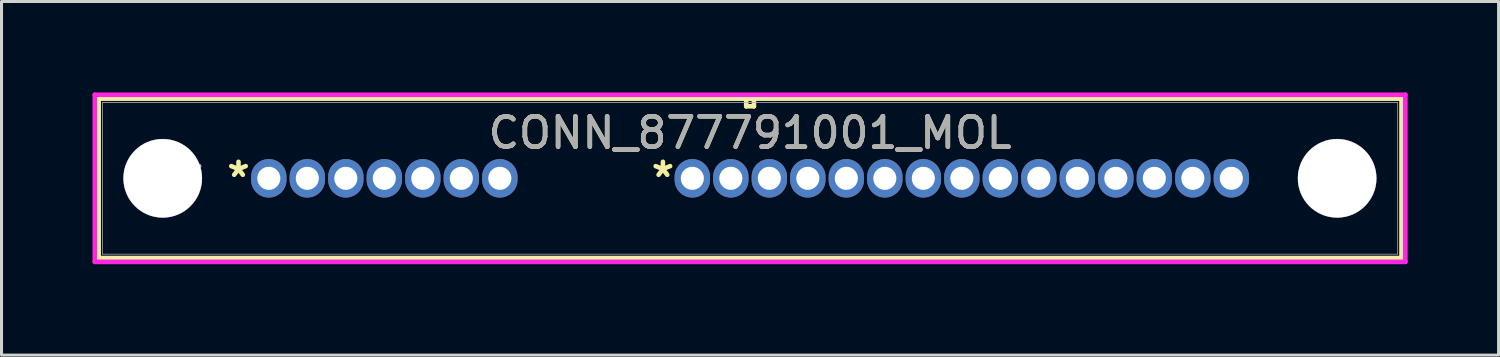
<source format=kicad_pcb>
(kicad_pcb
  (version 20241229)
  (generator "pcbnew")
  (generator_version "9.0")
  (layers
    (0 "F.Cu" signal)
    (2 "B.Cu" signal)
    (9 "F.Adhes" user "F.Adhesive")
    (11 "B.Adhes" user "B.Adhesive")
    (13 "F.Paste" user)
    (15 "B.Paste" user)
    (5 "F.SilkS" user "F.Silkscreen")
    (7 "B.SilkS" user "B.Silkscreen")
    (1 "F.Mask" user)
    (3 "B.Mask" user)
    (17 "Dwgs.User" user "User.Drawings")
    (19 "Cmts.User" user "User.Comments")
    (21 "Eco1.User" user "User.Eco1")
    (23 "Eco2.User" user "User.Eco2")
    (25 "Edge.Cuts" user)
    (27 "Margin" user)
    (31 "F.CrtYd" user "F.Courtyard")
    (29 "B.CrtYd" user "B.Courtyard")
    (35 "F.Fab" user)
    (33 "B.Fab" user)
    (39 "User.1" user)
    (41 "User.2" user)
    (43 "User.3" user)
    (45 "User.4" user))
  (footprint "CONN_877791001_MOL"
    (layer "F.Cu")
    (at 5.817 2.832)
    (property "Reference" "CONN_877791001_MOL" (at 15.875 -1.5 0) (unlocked yes) (layer "F.SilkS") (effects (font (size 1 1) (thickness 0.15))))
    (attr through_hole)
    (fp_line (start -5.613 -2.629) (end -5.613 2.629) (stroke (width 0.152) (type solid)) (layer "F.SilkS"))
    (fp_line (start -5.613 2.629) (end 37.363 2.629) (stroke (width 0.152) (type solid)) (layer "F.SilkS"))
    (fp_line (start 15.748 -2.629) (end 15.748 -2.375) (stroke (width 0.152) (type solid)) (layer "F.SilkS"))
    (fp_line (start 15.748 -2.375) (end 16.002 -2.375) (stroke (width 0.152) (type solid)) (layer "F.SilkS"))
    (fp_line (start 16.002 -2.629) (end 15.748 -2.629) (stroke (width 0.152) (type solid)) (layer "F.SilkS"))
    (fp_line (start 16.002 -2.375) (end 16.002 -2.629) (stroke (width 0.152) (type solid)) (layer "F.SilkS"))
    (fp_line (start 37.363 -2.629) (end -5.613 -2.629) (stroke (width 0.152) (type solid)) (layer "F.SilkS"))
    (fp_line (start 37.363 2.629) (end 37.363 -2.629) (stroke (width 0.152) (type solid)) (layer "F.SilkS"))
    (fp_line (start -5.74 -2.756) (end -5.74 2.756) (stroke (width 0.152) (type solid)) (layer "F.CrtYd"))
    (fp_line (start -5.74 2.756) (end 37.49 2.756) (stroke (width 0.152) (type solid)) (layer "F.CrtYd"))
    (fp_line (start 37.49 -2.756) (end -5.74 -2.756) (stroke (width 0.152) (type solid)) (layer "F.CrtYd"))
    (fp_line (start 37.49 2.756) (end 37.49 -2.756) (stroke (width 0.152) (type solid)) (layer "F.CrtYd"))
    (fp_line (start -5.486 -2.502) (end -5.486 2.502) (stroke (width 0.025) (type solid)) (layer "F.Fab"))
    (fp_line (start -5.486 2.502) (end 37.236 2.502) (stroke (width 0.025) (type solid)) (layer "F.Fab"))
    (fp_line (start 15.875 -2.502) (end 15.875 -2.502) (stroke (width 0.025) (type solid)) (layer "F.Fab"))
    (fp_line (start 15.875 -2.502) (end 15.875 -2.502) (stroke (width 0.025) (type solid)) (layer "F.Fab"))
    (fp_line (start 15.875 -2.502) (end 15.875 -2.502) (stroke (width 0.025) (type solid)) (layer "F.Fab"))
    (fp_line (start 15.875 -2.502) (end 15.875 -2.502) (stroke (width 0.025) (type solid)) (layer "F.Fab"))
    (fp_line (start 37.236 -2.502) (end -5.486 -2.502) (stroke (width 0.025) (type solid)) (layer "F.Fab"))
    (fp_line (start 37.236 2.502) (end 37.236 -2.502) (stroke (width 0.025) (type solid)) (layer "F.Fab"))
    (fp_text user "*" (at -1 0 0) (unlocked yes) (layer "F.SilkS") (effects (font (size 1 1) (thickness 0.15))))
    (fp_text user "*" (at 13 0 0) (unlocked yes) (layer "F.SilkS") (effects (font (size 1 1) (thickness 0.15))))
    (fp_text user "*" (at -2.54 0 0) (layer "F.Fab") (effects (font (size 1 1) (thickness 0.15))))
    (fp_text user "*" (at -2.54 0 0) (unlocked yes) (layer "F.Fab") (effects (font (size 1 1) (thickness 0.15))))
    (fp_text user "${REFERENCE}" (at 15.875 -1.5 0) (unlocked yes) (layer "F.Fab") (effects (font (size 1 1) (thickness 0.15))))
    (pad "" np_thru_hole circle (at -3.5 0) (size 2.6 2.6) (drill 2.591) (layers "*.Cu" "*.Mask"))
    (pad "" np_thru_hole circle (at 35.24 0) (size 2.6 2.6) (drill 2.591) (layers "*.Cu" "*.Mask"))
    (pad "P1" thru_hole oval (at 13.97 0) (size 1.168 1.27) (drill 0.762) (layers "*.Cu" "*.Mask"))
    (pad "P2" thru_hole oval (at 15.24 0) (size 1.168 1.27) (drill 0.762) (layers "*.Cu" "*.Mask"))
    (pad "P3" thru_hole oval (at 16.51 0) (size 1.168 1.27) (drill 0.762) (layers "*.Cu" "*.Mask"))
    (pad "P4" thru_hole oval (at 17.78 0) (size 1.168 1.27) (drill 0.762) (layers "*.Cu" "*.Mask"))
    (pad "P5" thru_hole oval (at 19.05 0) (size 1.168 1.27) (drill 0.762) (layers "*.Cu" "*.Mask"))
    (pad "P6" thru_hole oval (at 20.32 0) (size 1.168 1.27) (drill 0.762) (layers "*.Cu" "*.Mask"))
    (pad "P7" thru_hole oval (at 21.59 0) (size 1.168 1.27) (drill 0.762) (layers "*.Cu" "*.Mask"))
    (pad "P8" thru_hole oval (at 22.86 0) (size 1.168 1.27) (drill 0.762) (layers "*.Cu" "*.Mask"))
    (pad "P9" thru_hole oval (at 24.13 0) (size 1.168 1.27) (drill 0.762) (layers "*.Cu" "*.Mask"))
    (pad "P10" thru_hole oval (at 25.4 0) (size 1.168 1.27) (drill 0.762) (layers "*.Cu" "*.Mask"))
    (pad "P11" thru_hole oval (at 26.67 0) (size 1.168 1.27) (drill 0.762) (layers "*.Cu" "*.Mask"))
    (pad "P12" thru_hole oval (at 27.94 0) (size 1.168 1.27) (drill 0.762) (layers "*.Cu" "*.Mask"))
    (pad "P13" thru_hole oval (at 29.21 0) (size 1.168 1.27) (drill 0.762) (layers "*.Cu" "*.Mask"))
    (pad "P14" thru_hole oval (at 30.48 0) (size 1.168 1.27) (drill 0.762) (layers "*.Cu" "*.Mask"))
    (pad "P15" thru_hole oval (at 31.75 0) (size 1.168 1.27) (drill 0.762) (layers "*.Cu" "*.Mask"))
    (pad "S1" thru_hole oval (at 0 0) (size 1.168 1.27) (drill 0.762) (layers "*.Cu" "*.Mask"))
    (pad "S2" thru_hole oval (at 1.27 0) (size 1.168 1.27) (drill 0.762) (layers "*.Cu" "*.Mask"))
    (pad "S3" thru_hole oval (at 2.54 0) (size 1.168 1.27) (drill 0.762) (layers "*.Cu" "*.Mask"))
    (pad "S4" thru_hole oval (at 3.81 0) (size 1.168 1.27) (drill 0.762) (layers "*.Cu" "*.Mask"))
    (pad "S5" thru_hole oval (at 5.08 0) (size 1.168 1.27) (drill 0.762) (layers "*.Cu" "*.Mask"))
    (pad "S6" thru_hole oval (at 6.35 0) (size 1.168 1.27) (drill 0.762) (layers "*.Cu" "*.Mask"))
    (pad "S7" thru_hole oval (at 7.62 0) (size 1.168 1.27) (drill 0.762) (layers "*.Cu" "*.Mask")))
  (gr_rect
    (start -3 -3)
    (end 46.383 8.664)
    (stroke (width 0.1) (type default))
    (fill no)
    (layer "Edge.Cuts")))
</source>
